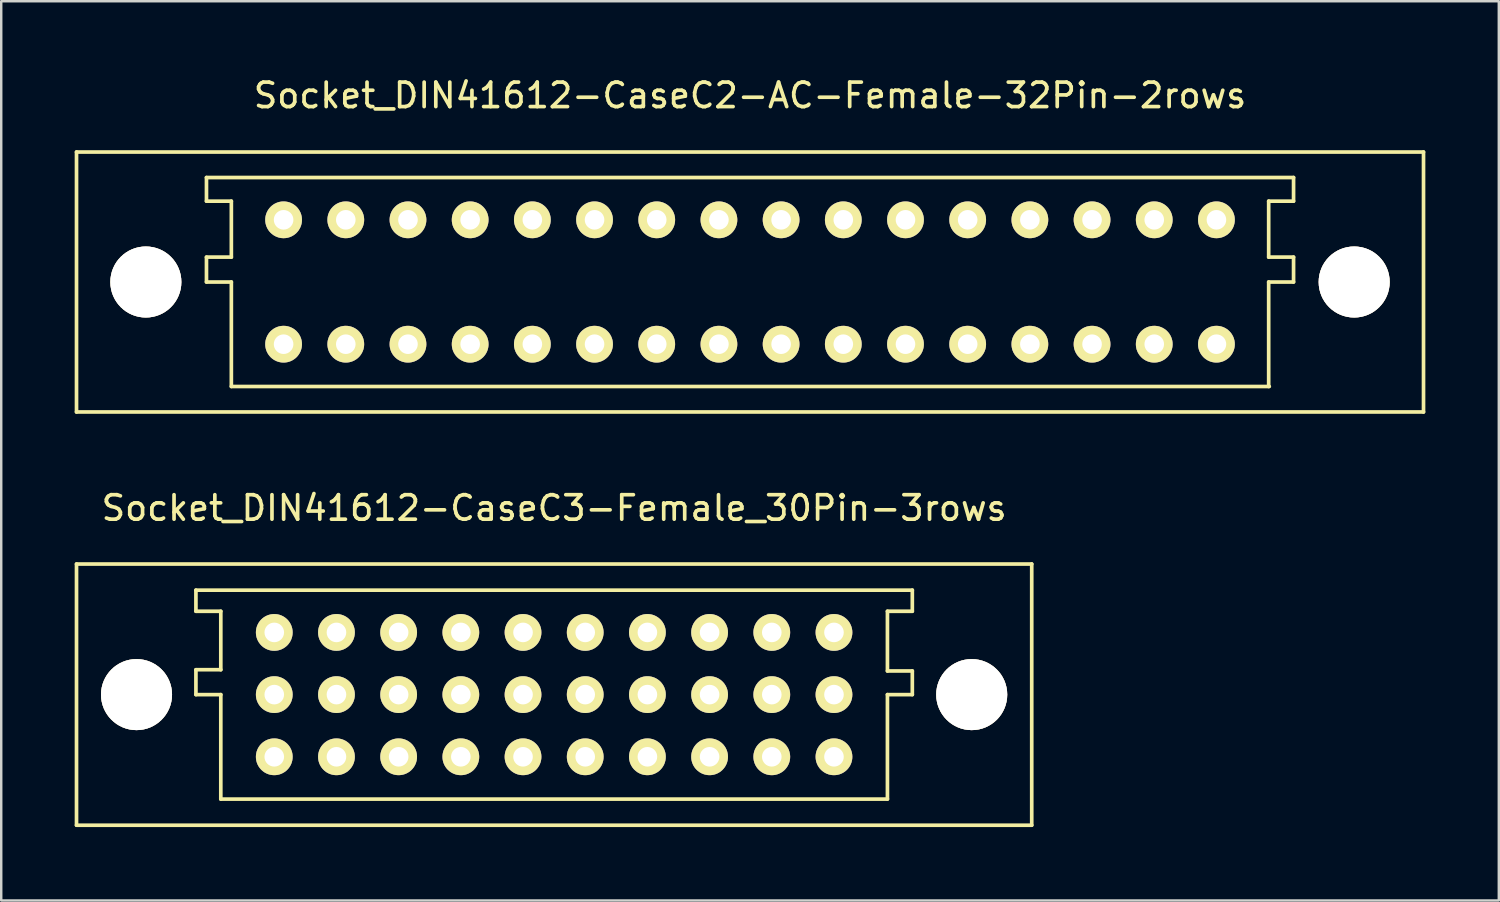
<source format=kicad_pcb>
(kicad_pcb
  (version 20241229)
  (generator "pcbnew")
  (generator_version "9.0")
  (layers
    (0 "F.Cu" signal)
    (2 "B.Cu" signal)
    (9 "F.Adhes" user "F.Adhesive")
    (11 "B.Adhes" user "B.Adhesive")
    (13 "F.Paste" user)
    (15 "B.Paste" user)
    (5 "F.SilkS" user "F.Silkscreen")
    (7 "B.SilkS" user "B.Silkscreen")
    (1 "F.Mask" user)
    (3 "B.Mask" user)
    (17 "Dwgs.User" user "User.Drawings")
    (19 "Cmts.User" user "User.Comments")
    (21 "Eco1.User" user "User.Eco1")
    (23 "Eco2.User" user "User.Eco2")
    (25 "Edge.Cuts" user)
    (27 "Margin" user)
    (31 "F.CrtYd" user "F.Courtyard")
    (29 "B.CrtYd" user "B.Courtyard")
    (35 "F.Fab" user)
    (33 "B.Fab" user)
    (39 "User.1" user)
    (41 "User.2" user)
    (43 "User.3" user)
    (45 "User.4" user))
  (footprint "Socket_DIN41612-CaseC2-AC-Female-32Pin-2rows"
    (layer "F.Cu")
    (at 27.583 8.468)
    (property "Reference" "Socket_DIN41612-CaseC2-AC-Female-32Pin-2rows" (at 0 -7.62 0) (layer "F.SilkS") (effects (font (size 1 1) (thickness 0.15))))
    (attr through_hole)
    (fp_line (start -27.508 -5.309) (end -27.508 5.309) (stroke (width 0.15) (type solid)) (layer "F.SilkS"))
    (fp_line (start -27.508 5.309) (end 27.508 5.309) (stroke (width 0.15) (type solid)) (layer "F.SilkS"))
    (fp_line (start -22.2 -3.302) (end -22.2 -4.267) (stroke (width 0.15) (type solid)) (layer "F.SilkS"))
    (fp_line (start -22.2 -1.016) (end -21.184 -1.016) (stroke (width 0.15) (type solid)) (layer "F.SilkS"))
    (fp_line (start -22.2 0) (end -22.2 -1.016) (stroke (width 0.15) (type solid)) (layer "F.SilkS"))
    (fp_line (start -21.184 -3.302) (end -22.2 -3.302) (stroke (width 0.15) (type solid)) (layer "F.SilkS"))
    (fp_line (start -21.184 -1.016) (end -21.184 -3.302) (stroke (width 0.15) (type solid)) (layer "F.SilkS"))
    (fp_line (start -21.184 0) (end -22.2 0) (stroke (width 0.15) (type solid)) (layer "F.SilkS"))
    (fp_line (start -21.184 4.267) (end -21.184 0) (stroke (width 0.15) (type solid)) (layer "F.SilkS"))
    (fp_line (start 21.184 -3.302) (end 22.2 -3.302) (stroke (width 0.15) (type solid)) (layer "F.SilkS"))
    (fp_line (start 21.184 -1.016) (end 21.184 -3.302) (stroke (width 0.15) (type solid)) (layer "F.SilkS"))
    (fp_line (start 21.184 0) (end 22.2 0) (stroke (width 0.15) (type solid)) (layer "F.SilkS"))
    (fp_line (start 21.184 4.267) (end 21.184 0) (stroke (width 0.15) (type solid)) (layer "F.SilkS"))
    (fp_line (start 21.209 4.267) (end -21.184 4.267) (stroke (width 0.15) (type solid)) (layer "F.SilkS"))
    (fp_line (start 22.2 -4.267) (end -22.2 -4.267) (stroke (width 0.15) (type solid)) (layer "F.SilkS"))
    (fp_line (start 22.2 -3.302) (end 22.2 -4.267) (stroke (width 0.15) (type solid)) (layer "F.SilkS"))
    (fp_line (start 22.2 -1.016) (end 21.184 -1.016) (stroke (width 0.15) (type solid)) (layer "F.SilkS"))
    (fp_line (start 22.2 0) (end 22.2 -1.016) (stroke (width 0.15) (type solid)) (layer "F.SilkS"))
    (fp_line (start 27.508 -5.309) (end -27.508 -5.309) (stroke (width 0.15) (type solid)) (layer "F.SilkS"))
    (fp_line (start 27.508 5.309) (end 27.508 -5.309) (stroke (width 0.15) (type solid)) (layer "F.SilkS"))
    (pad "1" thru_hole circle (at -24.676 0) (size 2.901 2.901) (drill 2.901) (layers "*.Cu" "*.Mask" "F.SilkS"))
    (pad "1" thru_hole circle (at 24.676 0) (size 2.901 2.901) (drill 2.901) (layers "*.Cu" "*.Mask" "F.SilkS"))
    (pad "1a" thru_hole circle (at 19.05 -2.54 180) (size 1.501 1.501) (drill 0.8) (layers "*.Cu" "*.Mask" "F.SilkS"))
    (pad "1c" thru_hole circle (at 19.05 2.54 180) (size 1.501 1.501) (drill 0.8) (layers "*.Cu" "*.Mask" "F.SilkS"))
    (pad "2a" thru_hole circle (at 16.51 -2.54 180) (size 1.501 1.501) (drill 0.8) (layers "*.Cu" "*.Mask" "F.SilkS"))
    (pad "2c" thru_hole circle (at 16.51 2.54 180) (size 1.501 1.501) (drill 0.8) (layers "*.Cu" "*.Mask" "F.SilkS"))
    (pad "3a" thru_hole circle (at 13.97 -2.54 180) (size 1.501 1.501) (drill 0.8) (layers "*.Cu" "*.Mask" "F.SilkS"))
    (pad "3c" thru_hole circle (at 13.97 2.54 180) (size 1.501 1.501) (drill 0.8) (layers "*.Cu" "*.Mask" "F.SilkS"))
    (pad "4a" thru_hole circle (at 11.43 -2.54 180) (size 1.501 1.501) (drill 0.8) (layers "*.Cu" "*.Mask" "F.SilkS"))
    (pad "4c" thru_hole circle (at 11.43 2.54 180) (size 1.501 1.501) (drill 0.8) (layers "*.Cu" "*.Mask" "F.SilkS"))
    (pad "5a" thru_hole circle (at 8.89 -2.54 180) (size 1.501 1.501) (drill 0.8) (layers "*.Cu" "*.Mask" "F.SilkS"))
    (pad "5c" thru_hole circle (at 8.89 2.54 180) (size 1.501 1.501) (drill 0.8) (layers "*.Cu" "*.Mask" "F.SilkS"))
    (pad "6a" thru_hole circle (at 6.35 -2.54 180) (size 1.501 1.501) (drill 0.8) (layers "*.Cu" "*.Mask" "F.SilkS"))
    (pad "6c" thru_hole circle (at 6.35 2.54 180) (size 1.501 1.501) (drill 0.8) (layers "*.Cu" "*.Mask" "F.SilkS"))
    (pad "7a" thru_hole circle (at 3.81 -2.54 180) (size 1.501 1.501) (drill 0.8) (layers "*.Cu" "*.Mask" "F.SilkS"))
    (pad "7c" thru_hole circle (at 3.81 2.54 180) (size 1.501 1.501) (drill 0.8) (layers "*.Cu" "*.Mask" "F.SilkS"))
    (pad "8a" thru_hole circle (at 1.27 -2.54 180) (size 1.501 1.501) (drill 0.8) (layers "*.Cu" "*.Mask" "F.SilkS"))
    (pad "8c" thru_hole circle (at 1.27 2.54 180) (size 1.501 1.501) (drill 0.8) (layers "*.Cu" "*.Mask" "F.SilkS"))
    (pad "9a" thru_hole circle (at -1.27 -2.54 180) (size 1.501 1.501) (drill 0.8) (layers "*.Cu" "*.Mask" "F.SilkS"))
    (pad "9c" thru_hole circle (at -1.27 2.54 180) (size 1.501 1.501) (drill 0.8) (layers "*.Cu" "*.Mask" "F.SilkS"))
    (pad "10a" thru_hole circle (at -3.81 -2.54 180) (size 1.501 1.501) (drill 0.8) (layers "*.Cu" "*.Mask" "F.SilkS"))
    (pad "10c" thru_hole circle (at -3.81 2.54 180) (size 1.501 1.501) (drill 0.8) (layers "*.Cu" "*.Mask" "F.SilkS"))
    (pad "11a" thru_hole circle (at -6.35 -2.54 180) (size 1.501 1.501) (drill 0.8) (layers "*.Cu" "*.Mask" "F.SilkS"))
    (pad "11c" thru_hole circle (at -6.35 2.54 180) (size 1.501 1.501) (drill 0.8) (layers "*.Cu" "*.Mask" "F.SilkS"))
    (pad "12a" thru_hole circle (at -8.89 -2.54 180) (size 1.501 1.501) (drill 0.8) (layers "*.Cu" "*.Mask" "F.SilkS"))
    (pad "12c" thru_hole circle (at -8.89 2.54 180) (size 1.501 1.501) (drill 0.8) (layers "*.Cu" "*.Mask" "F.SilkS"))
    (pad "13a" thru_hole circle (at -11.43 -2.54 180) (size 1.501 1.501) (drill 0.8) (layers "*.Cu" "*.Mask" "F.SilkS"))
    (pad "13c" thru_hole circle (at -11.43 2.54 180) (size 1.501 1.501) (drill 0.8) (layers "*.Cu" "*.Mask" "F.SilkS"))
    (pad "14a" thru_hole circle (at -13.97 -2.54 180) (size 1.501 1.501) (drill 0.8) (layers "*.Cu" "*.Mask" "F.SilkS"))
    (pad "14c" thru_hole circle (at -13.97 2.54 180) (size 1.501 1.501) (drill 0.8) (layers "*.Cu" "*.Mask" "F.SilkS"))
    (pad "15a" thru_hole circle (at -16.51 -2.54 180) (size 1.501 1.501) (drill 0.8) (layers "*.Cu" "*.Mask" "F.SilkS"))
    (pad "15c" thru_hole circle (at -16.51 2.54 180) (size 1.501 1.501) (drill 0.8) (layers "*.Cu" "*.Mask" "F.SilkS"))
    (pad "16a" thru_hole circle (at -19.05 -2.54 180) (size 1.501 1.501) (drill 0.8) (layers "*.Cu" "*.Mask" "F.SilkS"))
    (pad "16c" thru_hole circle (at -19.05 2.54 180) (size 1.501 1.501) (drill 0.8) (layers "*.Cu" "*.Mask" "F.SilkS")))
  (footprint "Socket_DIN41612-CaseC3-Female_30Pin-3rows"
    (layer "F.Cu")
    (at 19.582 25.32)
    (property "Reference" "Socket_DIN41612-CaseC3-Female_30Pin-3rows" (at 0 -7.62 0) (layer "F.SilkS") (effects (font (size 1 1) (thickness 0.15))))
    (attr through_hole)
    (fp_line (start -19.507 -5.334) (end -19.507 5.334) (stroke (width 0.15) (type solid)) (layer "F.SilkS"))
    (fp_line (start -19.507 5.334) (end 19.507 5.334) (stroke (width 0.15) (type solid)) (layer "F.SilkS"))
    (fp_line (start -14.63 -3.404) (end -14.63 -4.267) (stroke (width 0.15) (type solid)) (layer "F.SilkS"))
    (fp_line (start -14.63 -1.016) (end -13.614 -1.016) (stroke (width 0.15) (type solid)) (layer "F.SilkS"))
    (fp_line (start -14.63 0) (end -14.63 -1.016) (stroke (width 0.15) (type solid)) (layer "F.SilkS"))
    (fp_line (start -13.614 -3.404) (end -14.63 -3.404) (stroke (width 0.15) (type solid)) (layer "F.SilkS"))
    (fp_line (start -13.614 -1.016) (end -13.614 -3.404) (stroke (width 0.15) (type solid)) (layer "F.SilkS"))
    (fp_line (start -13.614 0) (end -14.63 0) (stroke (width 0.15) (type solid)) (layer "F.SilkS"))
    (fp_line (start -13.614 4.267) (end -13.614 0) (stroke (width 0.15) (type solid)) (layer "F.SilkS"))
    (fp_line (start -13.614 4.267) (end 13.614 4.267) (stroke (width 0.15) (type solid)) (layer "F.SilkS"))
    (fp_line (start 13.614 -3.404) (end 14.63 -3.404) (stroke (width 0.15) (type solid)) (layer "F.SilkS"))
    (fp_line (start 13.614 -0.965) (end 13.614 -3.404) (stroke (width 0.15) (type solid)) (layer "F.SilkS"))
    (fp_line (start 13.614 0) (end 14.63 0) (stroke (width 0.15) (type solid)) (layer "F.SilkS"))
    (fp_line (start 13.614 4.267) (end 13.614 0) (stroke (width 0.15) (type solid)) (layer "F.SilkS"))
    (fp_line (start 14.63 -4.267) (end -14.63 -4.267) (stroke (width 0.15) (type solid)) (layer "F.SilkS"))
    (fp_line (start 14.63 -3.404) (end 14.63 -4.267) (stroke (width 0.15) (type solid)) (layer "F.SilkS"))
    (fp_line (start 14.63 -0.965) (end 13.614 -0.965) (stroke (width 0.15) (type solid)) (layer "F.SilkS"))
    (fp_line (start 14.63 0) (end 14.63 -0.965) (stroke (width 0.15) (type solid)) (layer "F.SilkS"))
    (fp_line (start 19.507 -5.334) (end -19.507 -5.334) (stroke (width 0.15) (type solid)) (layer "F.SilkS"))
    (fp_line (start 19.507 5.334) (end 19.507 -5.334) (stroke (width 0.15) (type solid)) (layer "F.SilkS"))
    (pad "1" thru_hole circle (at -17.056 0) (size 2.901 2.901) (drill 2.901) (layers "*.Cu" "*.Mask" "F.SilkS"))
    (pad "1" thru_hole circle (at 17.056 0) (size 2.901 2.901) (drill 2.901) (layers "*.Cu" "*.Mask" "F.SilkS"))
    (pad "1a" thru_hole circle (at 11.43 -2.54 180) (size 1.501 1.501) (drill 0.8) (layers "*.Cu" "*.Mask" "F.SilkS"))
    (pad "1b" thru_hole circle (at 11.43 0 180) (size 1.501 1.501) (drill 0.8) (layers "*.Cu" "*.Mask" "F.SilkS"))
    (pad "1c" thru_hole circle (at 11.43 2.54 180) (size 1.501 1.501) (drill 0.8) (layers "*.Cu" "*.Mask" "F.SilkS"))
    (pad "2a" thru_hole circle (at 8.89 -2.54 180) (size 1.501 1.501) (drill 0.8) (layers "*.Cu" "*.Mask" "F.SilkS"))
    (pad "2b" thru_hole circle (at 8.89 0 180) (size 1.501 1.501) (drill 0.8) (layers "*.Cu" "*.Mask" "F.SilkS"))
    (pad "2c" thru_hole circle (at 8.89 2.54 180) (size 1.501 1.501) (drill 0.8) (layers "*.Cu" "*.Mask" "F.SilkS"))
    (pad "3a" thru_hole circle (at 6.35 -2.54 180) (size 1.501 1.501) (drill 0.8) (layers "*.Cu" "*.Mask" "F.SilkS"))
    (pad "3b" thru_hole circle (at 6.35 0 180) (size 1.501 1.501) (drill 0.8) (layers "*.Cu" "*.Mask" "F.SilkS"))
    (pad "3c" thru_hole circle (at 6.35 2.54 180) (size 1.501 1.501) (drill 0.8) (layers "*.Cu" "*.Mask" "F.SilkS"))
    (pad "4a" thru_hole circle (at 3.81 -2.54 180) (size 1.501 1.501) (drill 0.8) (layers "*.Cu" "*.Mask" "F.SilkS"))
    (pad "4b" thru_hole circle (at 3.81 0 180) (size 1.501 1.501) (drill 0.8) (layers "*.Cu" "*.Mask" "F.SilkS"))
    (pad "4c" thru_hole circle (at 3.81 2.54 180) (size 1.501 1.501) (drill 0.8) (layers "*.Cu" "*.Mask" "F.SilkS"))
    (pad "5a" thru_hole circle (at 1.27 -2.54 180) (size 1.501 1.501) (drill 0.8) (layers "*.Cu" "*.Mask" "F.SilkS"))
    (pad "5b" thru_hole circle (at 1.27 0 180) (size 1.501 1.501) (drill 0.8) (layers "*.Cu" "*.Mask" "F.SilkS"))
    (pad "5c" thru_hole circle (at 1.27 2.54 180) (size 1.501 1.501) (drill 0.8) (layers "*.Cu" "*.Mask" "F.SilkS"))
    (pad "6a" thru_hole circle (at -1.27 -2.54 180) (size 1.501 1.501) (drill 0.8) (layers "*.Cu" "*.Mask" "F.SilkS"))
    (pad "6b" thru_hole circle (at -1.27 0 180) (size 1.501 1.501) (drill 0.8) (layers "*.Cu" "*.Mask" "F.SilkS"))
    (pad "6c" thru_hole circle (at -1.27 2.54 180) (size 1.501 1.501) (drill 0.8) (layers "*.Cu" "*.Mask" "F.SilkS"))
    (pad "7a" thru_hole circle (at -3.81 -2.54 180) (size 1.501 1.501) (drill 0.8) (layers "*.Cu" "*.Mask" "F.SilkS"))
    (pad "7b" thru_hole circle (at -3.81 0 180) (size 1.501 1.501) (drill 0.8) (layers "*.Cu" "*.Mask" "F.SilkS"))
    (pad "7c" thru_hole circle (at -3.81 2.54 180) (size 1.501 1.501) (drill 0.8) (layers "*.Cu" "*.Mask" "F.SilkS"))
    (pad "8a" thru_hole circle (at -6.35 -2.54 180) (size 1.501 1.501) (drill 0.8) (layers "*.Cu" "*.Mask" "F.SilkS"))
    (pad "8b" thru_hole circle (at -6.35 0 180) (size 1.501 1.501) (drill 0.8) (layers "*.Cu" "*.Mask" "F.SilkS"))
    (pad "8c" thru_hole circle (at -6.35 2.54 180) (size 1.501 1.501) (drill 0.8) (layers "*.Cu" "*.Mask" "F.SilkS"))
    (pad "9a" thru_hole circle (at -8.89 -2.54 180) (size 1.501 1.501) (drill 0.8) (layers "*.Cu" "*.Mask" "F.SilkS"))
    (pad "9b" thru_hole circle (at -8.89 0 180) (size 1.501 1.501) (drill 0.8) (layers "*.Cu" "*.Mask" "F.SilkS"))
    (pad "9c" thru_hole circle (at -8.89 2.54 180) (size 1.501 1.501) (drill 0.8) (layers "*.Cu" "*.Mask" "F.SilkS"))
    (pad "10a" thru_hole circle (at -11.43 -2.54 180) (size 1.501 1.501) (drill 0.8) (layers "*.Cu" "*.Mask" "F.SilkS"))
    (pad "10b" thru_hole circle (at -11.43 0 180) (size 1.501 1.501) (drill 0.8) (layers "*.Cu" "*.Mask" "F.SilkS"))
    (pad "10c" thru_hole circle (at -11.43 2.54 180) (size 1.501 1.501) (drill 0.8) (layers "*.Cu" "*.Mask" "F.SilkS")))
  (gr_rect
    (start -3 -3)
    (end 58.166 33.729)
    (stroke (width 0.1) (type default))
    (fill no)
    (layer "Edge.Cuts")))
</source>
